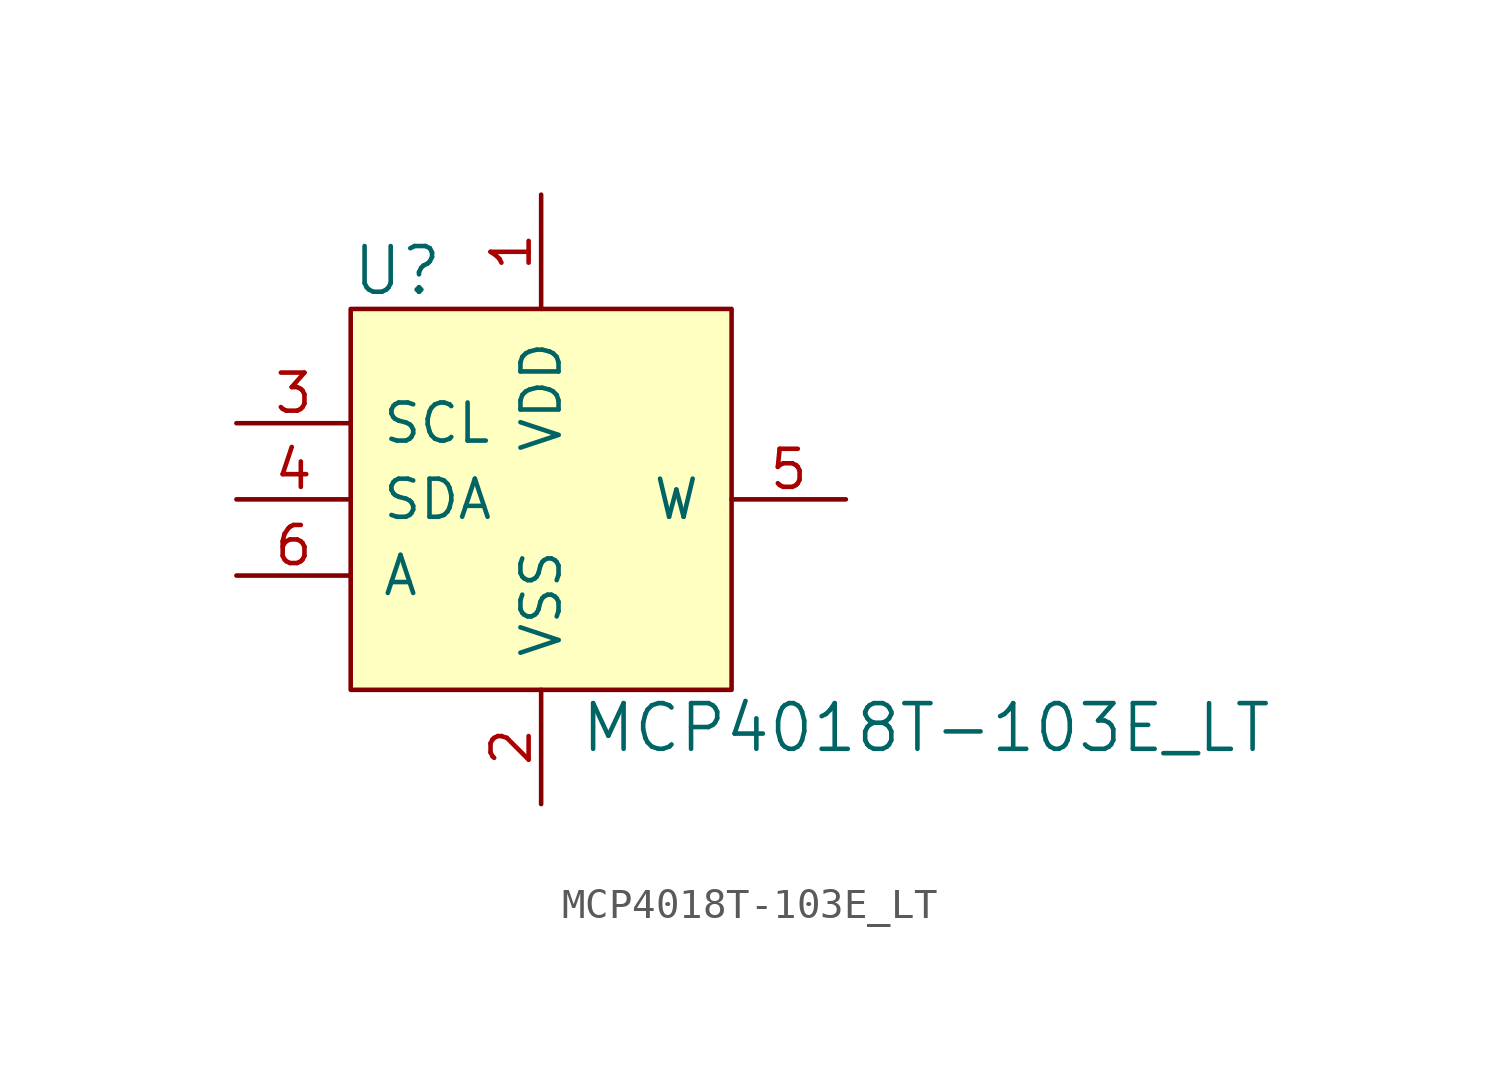
<source format=kicad_sym>
(kicad_symbol_lib
  (version 20231120)
  (generator "kicad_symbol_editor")
  (generator_version "8.0")
  (symbol "MCP4018T-103E_LT"
    (pin_names
      (offset 1.016))
    (property "Reference" "U"
      (at -6.35 7.62 0)
      (effects (font (size 1.524 1.524)) (justify left)))
    (property "Value" "MCP4018T-103E_LT"
      (at 1.27 -7.62 0)
      (effects (font (size 1.524 1.524)) (justify left)))
    (symbol "MCP4018T-103E_LT_0_1"
      (rectangle (start -6.35 6.35) (end 6.35 -6.35) (stroke (width 0) (type solid)) (fill (type background))))
    (symbol "MCP4018T-103E_LT_1_1"
      (pin power_in line (at 0 10.16 270) (length 3.81) (name "VDD" (effects (font (size 1.27 1.27)))) (number "1" (effects (font (size 1.27 1.27)))))
      (pin power_in line (at 0 -10.16 90) (length 3.81) (name "VSS" (effects (font (size 1.27 1.27)))) (number "2" (effects (font (size 1.27 1.27)))))
      (pin input line (at -10.16 2.54 0) (length 3.81) (name "SCL" (effects (font (size 1.27 1.27)))) (number "3" (effects (font (size 1.27 1.27)))))
      (pin bidirectional line (at -10.16 0 0) (length 3.81) (name "SDA" (effects (font (size 1.27 1.27)))) (number "4" (effects (font (size 1.27 1.27)))))
      (pin output line (at 10.16 0 180) (length 3.81) (name "W" (effects (font (size 1.27 1.27)))) (number "5" (effects (font (size 1.27 1.27)))))
      (pin input line (at -10.16 -2.54 0) (length 3.81) (name "A" (effects (font (size 1.27 1.27)))) (number "6" (effects (font (size 1.27 1.27))))))))
</source>
